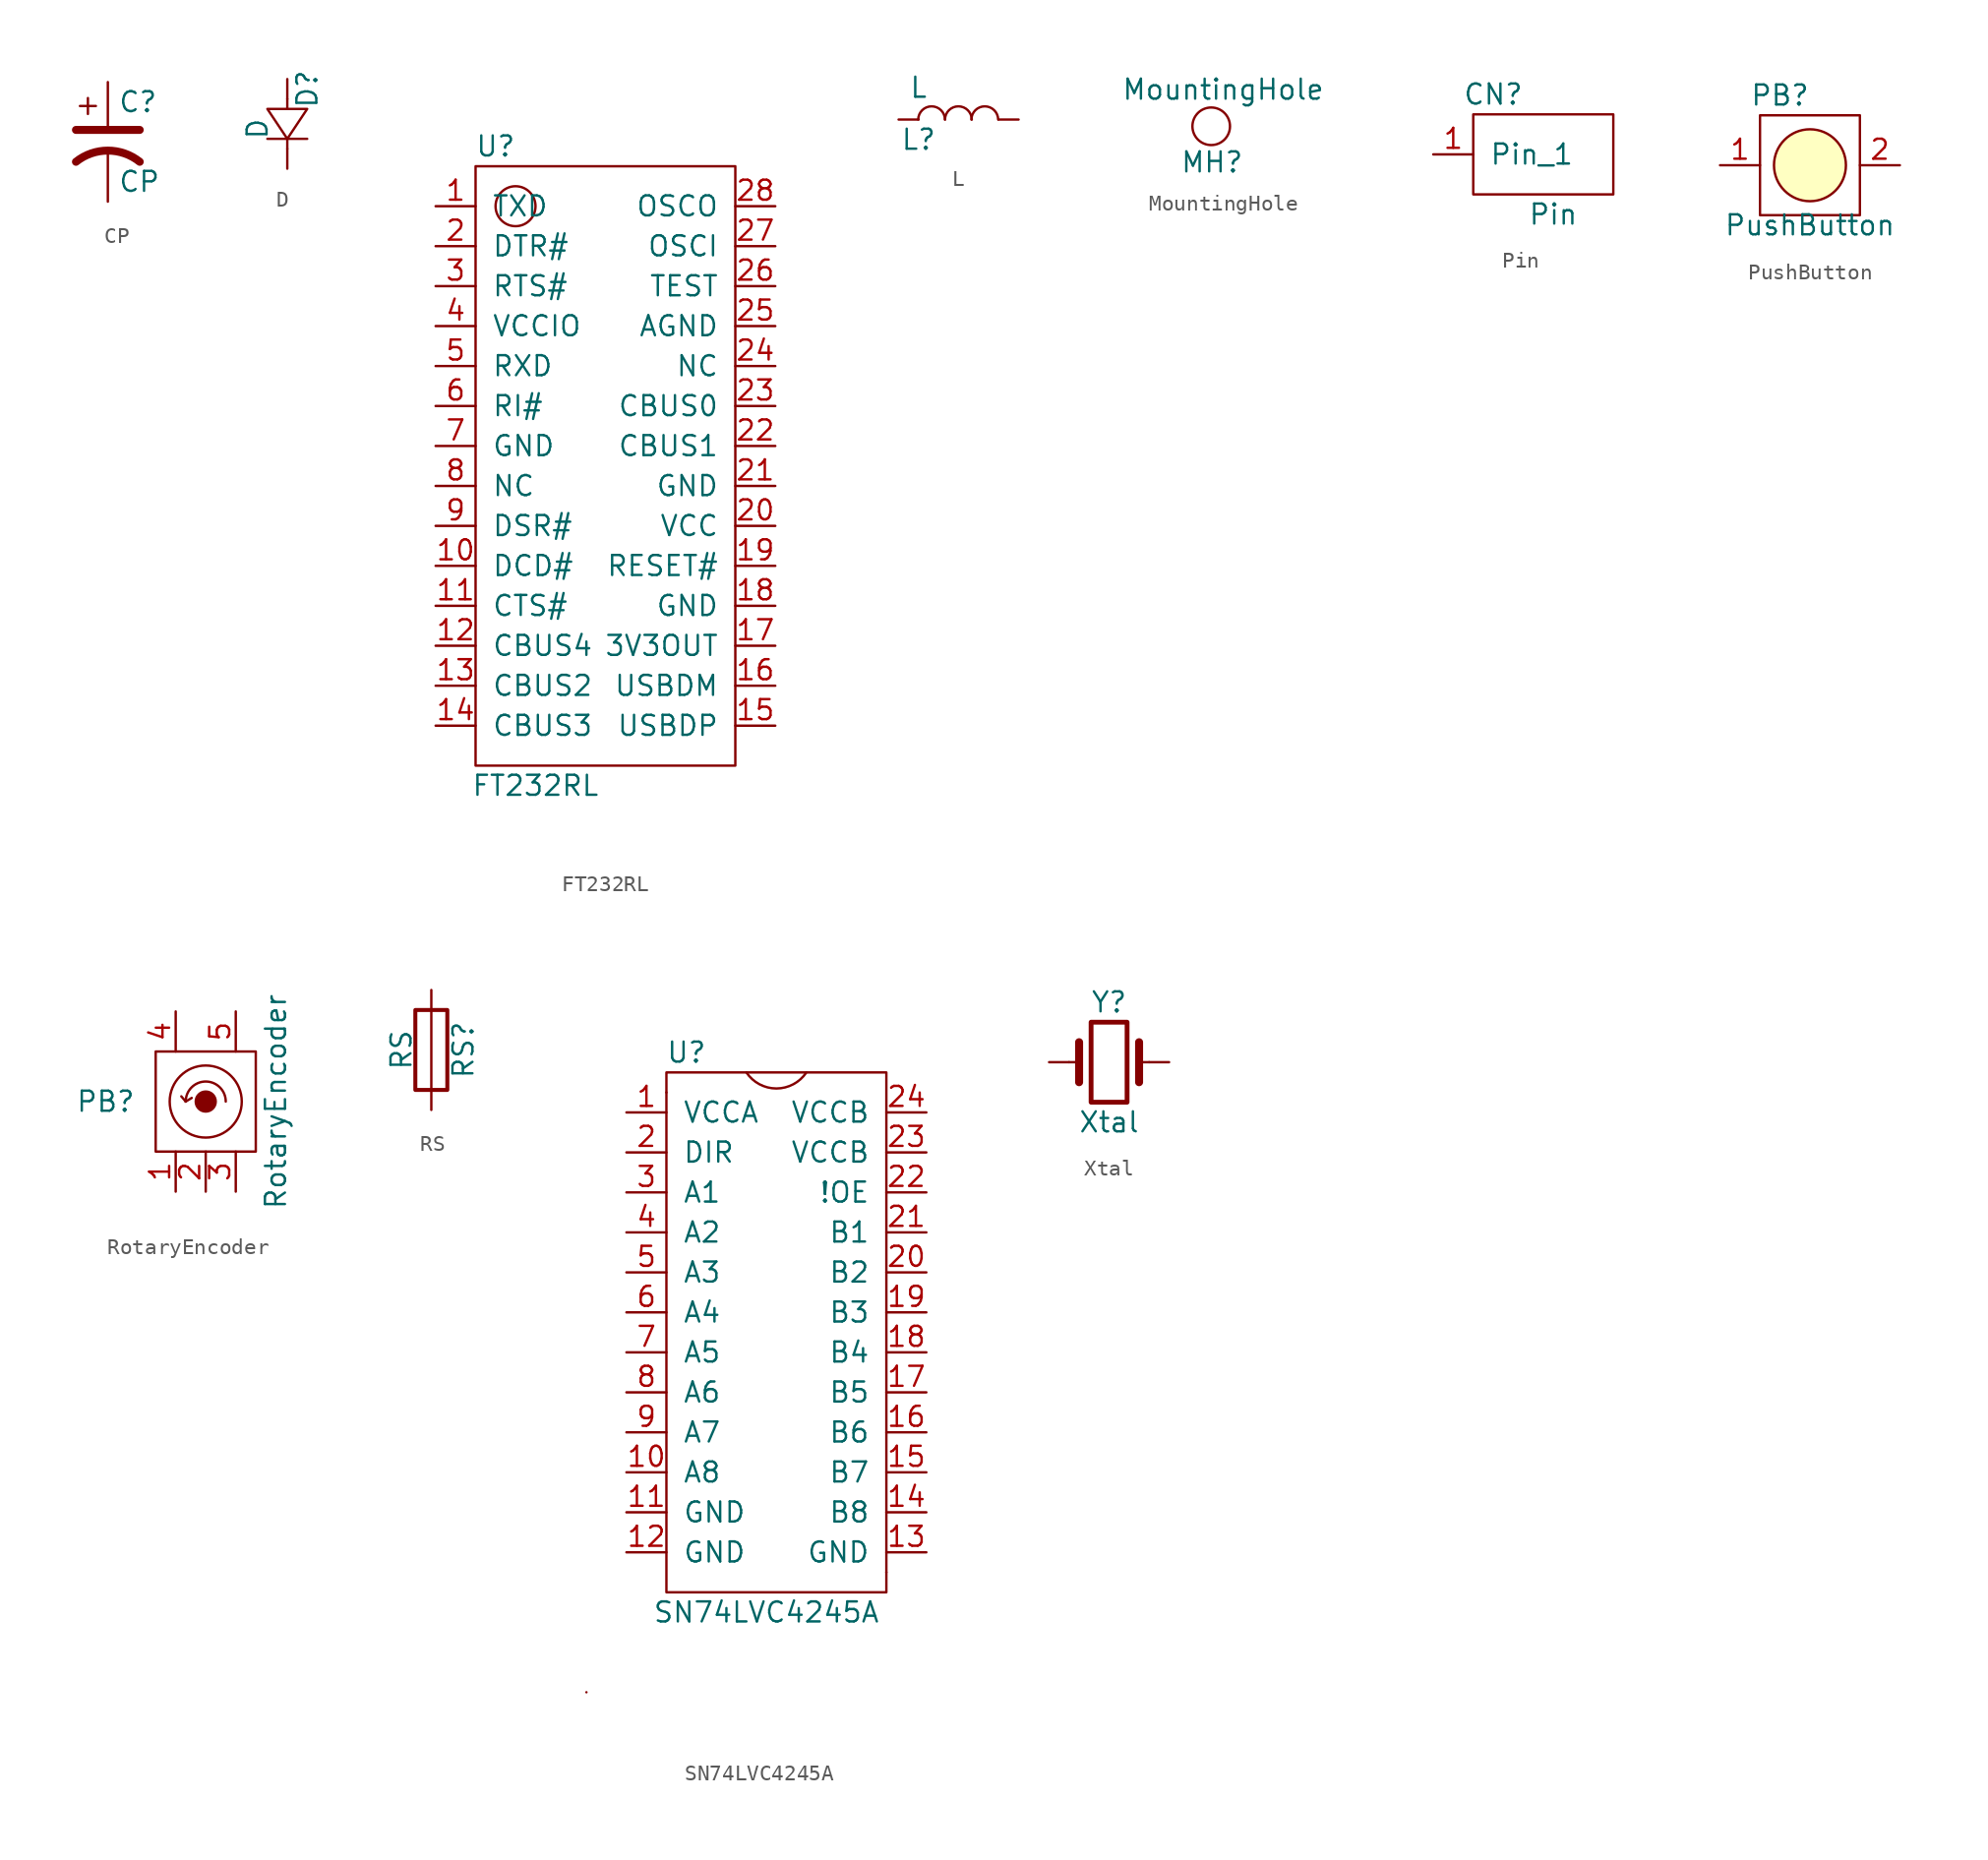
<source format=kicad_sym>
(kicad_symbol_lib
  (version 20211014)
  (generator kicad_symbol_editor)
  (symbol "CP"
    (pin_numbers hide)
    (pin_names
      (offset 0.254) hide)
    (property "Reference" "C"
      (at 0.635 2.54 0)
      (effects (font (size 1.27 1.27)) (justify left)))
    (property "Value" "CP"
      (at 0.635 -2.54 0)
      (effects (font (size 1.27 1.27)) (justify left)))
    (symbol "CP_0_1"
      (polyline (pts (xy -2.032 0.762) (xy 2.032 0.762)) (stroke (width 0.508) (type default) (color 0 0 0 0)) (fill (type none)))
      (polyline (pts (xy -1.778 2.286) (xy -0.762 2.286)) (stroke (width 0) (type default) (color 0 0 0 0)) (fill (type none)))
      (polyline (pts (xy -1.27 1.778) (xy -1.27 2.794)) (stroke (width 0) (type default) (color 0 0 0 0)) (fill (type none)))
      (arc (start 2.032 -1.27) (mid 0 -0.5572) (end -2.032 -1.27) (stroke (width 0.508) (type default) (color 0 0 0 0)) (fill (type none))))
    (symbol "CP_1_1"
      (pin passive line (at 0 3.81 270) (length 2.794) (name "~" (effects (font (size 1.27 1.27)))) (number "1" (effects (font (size 1.27 1.27)))))
      (pin passive line (at 0 -3.81 90) (length 3.302) (name "~" (effects (font (size 1.27 1.27)))) (number "2" (effects (font (size 1.27 1.27)))))))
  (symbol "D"
    (pin_numbers hide)
    (pin_names
      (offset 0))
    (property "Reference" "D"
      (at 1.27 3.81 90)
      (effects (font (size 1.27 1.27))))
    (property "Value" "D"
      (at -1.905 1.27 90)
      (effects (font (size 1.27 1.27))))
    (symbol "D_0_1"
      (polyline (pts (xy -1.27 0.635) (xy 1.27 0.635)) (stroke (width 0) (type default) (color 0 0 0 0)) (fill (type none)))
      (polyline (pts (xy 0 0) (xy 0 0.635)) (stroke (width 0) (type default) (color 0 0 0 0)) (fill (type none)))
      (polyline (pts (xy 0 3.175) (xy 0 2.54)) (stroke (width 0) (type default) (color 0 0 0 0)) (fill (type none)))
      (polyline (pts (xy 1.27 2.54) (xy -1.27 2.54) (xy 0 0.635) (xy 1.27 2.54)) (stroke (width 0) (type default) (color 0 0 0 0)) (fill (type none))))
    (symbol "D_1_1"
      (pin bidirectional line (at 0 4.445 270) (length 1.27) (name "~" (effects (font (size 1.27 1.27)))) (number "1" (effects (font (size 1.27 1.27)))))
      (pin bidirectional line (at 0 -1.27 90) (length 1.27) (name "~" (effects (font (size 1.27 1.27)))) (number "2" (effects (font (size 1.27 1.27)))))))
  (symbol "FT232RL"
    (pin_names
      (offset 1.016))
    (property "Reference" "U"
      (at -1.27 6.35 0)
      (effects (font (size 1.27 1.27))))
    (property "Value" "FT232RL"
      (at 1.27 -34.29 0)
      (effects (font (size 1.27 1.27))))
    (symbol "FT232RL_0_1"
      (rectangle (start -2.54 5.08) (end 13.97 -33.02) (stroke (width 0) (type default) (color 0 0 0 0)) (fill (type none)))
      (circle (center 0 2.54) (radius 1.27) (stroke (width 0) (type default) (color 0 0 0 0)) (fill (type none))))
    (symbol "FT232RL_1_1"
      (pin bidirectional line (at -5.08 2.54 0) (length 2.54) (name "TXD" (effects (font (size 1.27 1.27)))) (number "1" (effects (font (size 1.27 1.27)))))
      (pin bidirectional line (at -5.08 -20.32 0) (length 2.54) (name "DCD#" (effects (font (size 1.27 1.27)))) (number "10" (effects (font (size 1.27 1.27)))))
      (pin bidirectional line (at -5.08 -22.86 0) (length 2.54) (name "CTS#" (effects (font (size 1.27 1.27)))) (number "11" (effects (font (size 1.27 1.27)))))
      (pin bidirectional line (at -5.08 -25.4 0) (length 2.54) (name "CBUS4" (effects (font (size 1.27 1.27)))) (number "12" (effects (font (size 1.27 1.27)))))
      (pin bidirectional line (at -5.08 -27.94 0) (length 2.54) (name "CBUS2" (effects (font (size 1.27 1.27)))) (number "13" (effects (font (size 1.27 1.27)))))
      (pin bidirectional line (at -5.08 -30.48 0) (length 2.54) (name "CBUS3" (effects (font (size 1.27 1.27)))) (number "14" (effects (font (size 1.27 1.27)))))
      (pin bidirectional line (at 16.51 -30.48 180) (length 2.54) (name "USBDP" (effects (font (size 1.27 1.27)))) (number "15" (effects (font (size 1.27 1.27)))))
      (pin bidirectional line (at 16.51 -27.94 180) (length 2.54) (name "USBDM" (effects (font (size 1.27 1.27)))) (number "16" (effects (font (size 1.27 1.27)))))
      (pin bidirectional line (at 16.51 -25.4 180) (length 2.54) (name "3V3OUT" (effects (font (size 1.27 1.27)))) (number "17" (effects (font (size 1.27 1.27)))))
      (pin bidirectional line (at 16.51 -22.86 180) (length 2.54) (name "GND" (effects (font (size 1.27 1.27)))) (number "18" (effects (font (size 1.27 1.27)))))
      (pin bidirectional line (at 16.51 -20.32 180) (length 2.54) (name "RESET#" (effects (font (size 1.27 1.27)))) (number "19" (effects (font (size 1.27 1.27)))))
      (pin bidirectional line (at -5.08 0 0) (length 2.54) (name "DTR#" (effects (font (size 1.27 1.27)))) (number "2" (effects (font (size 1.27 1.27)))))
      (pin bidirectional line (at 16.51 -17.78 180) (length 2.54) (name "VCC" (effects (font (size 1.27 1.27)))) (number "20" (effects (font (size 1.27 1.27)))))
      (pin bidirectional line (at 16.51 -15.24 180) (length 2.54) (name "GND" (effects (font (size 1.27 1.27)))) (number "21" (effects (font (size 1.27 1.27)))))
      (pin bidirectional line (at 16.51 -12.7 180) (length 2.54) (name "CBUS1" (effects (font (size 1.27 1.27)))) (number "22" (effects (font (size 1.27 1.27)))))
      (pin bidirectional line (at 16.51 -10.16 180) (length 2.54) (name "CBUS0" (effects (font (size 1.27 1.27)))) (number "23" (effects (font (size 1.27 1.27)))))
      (pin bidirectional line (at 16.51 -7.62 180) (length 2.54) (name "NC" (effects (font (size 1.27 1.27)))) (number "24" (effects (font (size 1.27 1.27)))))
      (pin bidirectional line (at 16.51 -5.08 180) (length 2.54) (name "AGND" (effects (font (size 1.27 1.27)))) (number "25" (effects (font (size 1.27 1.27)))))
      (pin bidirectional line (at 16.51 -2.54 180) (length 2.54) (name "TEST" (effects (font (size 1.27 1.27)))) (number "26" (effects (font (size 1.27 1.27)))))
      (pin bidirectional line (at 16.51 0 180) (length 2.54) (name "OSCI" (effects (font (size 1.27 1.27)))) (number "27" (effects (font (size 1.27 1.27)))))
      (pin bidirectional line (at 16.51 2.54 180) (length 2.54) (name "OSCO" (effects (font (size 1.27 1.27)))) (number "28" (effects (font (size 1.27 1.27)))))
      (pin bidirectional line (at -5.08 -2.54 0) (length 2.54) (name "RTS#" (effects (font (size 1.27 1.27)))) (number "3" (effects (font (size 1.27 1.27)))))
      (pin bidirectional line (at -5.08 -5.08 0) (length 2.54) (name "VCCIO" (effects (font (size 1.27 1.27)))) (number "4" (effects (font (size 1.27 1.27)))))
      (pin bidirectional line (at -5.08 -7.62 0) (length 2.54) (name "RXD" (effects (font (size 1.27 1.27)))) (number "5" (effects (font (size 1.27 1.27)))))
      (pin bidirectional line (at -5.08 -10.16 0) (length 2.54) (name "RI#" (effects (font (size 1.27 1.27)))) (number "6" (effects (font (size 1.27 1.27)))))
      (pin bidirectional line (at -5.08 -12.7 0) (length 2.54) (name "GND" (effects (font (size 1.27 1.27)))) (number "7" (effects (font (size 1.27 1.27)))))
      (pin bidirectional line (at -5.08 -15.24 0) (length 2.54) (name "NC" (effects (font (size 1.27 1.27)))) (number "8" (effects (font (size 1.27 1.27)))))
      (pin bidirectional line (at -5.08 -17.78 0) (length 2.54) (name "DSR#" (effects (font (size 1.27 1.27)))) (number "9" (effects (font (size 1.27 1.27)))))))
  (symbol "L"
    (pin_numbers hide)
    (pin_names
      (offset 0))
    (property "Reference" "L"
      (at -2.54 -1.27 0)
      (effects (font (size 1.27 1.27))))
    (property "Value" "L"
      (at -2.54 2.032 0)
      (effects (font (size 1.27 1.27))))
    (symbol "L_0_1"
      (arc (start 2.5146 0) (mid 1.6764 0.8382) (end 0.8128 0) (stroke (width 0) (type default) (color 0 0 0 0)) (fill (type none))))
    (symbol "L_1_1"
      (arc (start -0.8636 0) (mid -1.7018 0.8382) (end -2.5654 0) (stroke (width 0) (type default) (color 0 0 0 0)) (fill (type none)))
      (arc (start 0.8382 0) (mid 0 0.8382) (end -0.8636 0) (stroke (width 0) (type default) (color 0 0 0 0)) (fill (type none)))
      (pin bidirectional line (at 3.81 0 180) (length 1.27) (name "~" (effects (font (size 1.27 1.27)))) (number "1" (effects (font (size 1.27 1.27)))))
      (pin bidirectional line (at -3.81 0 0) (length 1.27) (name "~" (effects (font (size 1.27 1.27)))) (number "2" (effects (font (size 1.27 1.27)))))))
  (symbol "MountingHole"
    (pin_names
      (offset 1.016))
    (property "Reference" "MH"
      (at 0.051 -2.286 0)
      (effects (font (size 1.27 1.27))))
    (property "Value" "MountingHole"
      (at 0.762 2.337 0)
      (effects (font (size 1.27 1.27))))
    (symbol "MountingHole_0_1"
      (circle (center 0 0) (radius 1.194) (stroke (width 0) (type default) (color 0 0 0 0)) (fill (type none)))))
  (symbol "Pin"
    (pin_names
      (offset 1.016))
    (property "Reference" "CN"
      (at 0 16.51 0)
      (effects (font (size 1.27 1.27))))
    (property "Value" "Pin"
      (at 3.81 8.89 0)
      (effects (font (size 1.27 1.27))))
    (symbol "Pin_0_1"
      (rectangle (start -1.27 15.24) (end 7.62 10.16) (stroke (width 0) (type default) (color 0 0 0 0)) (fill (type none))))
    (symbol "Pin_1_1"
      (pin passive line (at -3.81 12.7 0) (length 2.54) (name "Pin_1" (effects (font (size 1.27 1.27)))) (number "1" (effects (font (size 1.27 1.27)))))))
  (symbol "PushButton"
    (pin_names
      (offset 1.016))
    (property "Reference" "PB"
      (at -1.905 4.445 0)
      (effects (font (size 1.27 1.27))))
    (property "Value" "PushButton"
      (at 0 -3.81 0)
      (effects (font (size 1.27 1.27))))
    (symbol "PushButton_0_1"
      (rectangle (start -3.175 3.175) (end 3.175 -3.175) (stroke (width 0) (type default) (color 0 0 0 0)) (fill (type none)))
      (circle (center 0 0) (radius 2.286) (stroke (width 0) (type default) (color 0 0 0 0)) (fill (type background))))
    (symbol "PushButton_1_1"
      (pin bidirectional line (at -5.715 0 0) (length 2.54) (name "~" (effects (font (size 1.27 1.27)))) (number "1" (effects (font (size 1.27 1.27)))))
      (pin bidirectional line (at 5.715 0 180) (length 2.54) (name "~" (effects (font (size 1.27 1.27)))) (number "2" (effects (font (size 1.27 1.27)))))))
  (symbol "RotaryEncoder"
    (pin_names
      (offset 1.016))
    (property "Reference" "PB"
      (at -6.35 0 0)
      (effects (font (size 1.27 1.27))))
    (property "Value" "RotaryEncoder"
      (at 4.445 0 90)
      (effects (font (size 1.27 1.27))))
    (symbol "RotaryEncoder_0_1"
      (rectangle (start -3.175 3.175) (end 3.175 -3.175) (stroke (width 0) (type default) (color 0 0 0 0)) (fill (type none)))
      (polyline (pts (xy -1.27 0) (xy -1.549 0.33)) (stroke (width 0) (type default) (color 0 0 0 0)) (fill (type none)))
      (polyline (pts (xy -1.27 0) (xy -0.889 0.229)) (stroke (width 0) (type default) (color 0 0 0 0)) (fill (type none)))
      (circle (center 0 0) (radius 0.635) (stroke (width 0) (type default) (color 0 0 0 0)) (fill (type outline)))
      (circle (center 0 0) (radius 2.286) (stroke (width 0) (type default) (color 0 0 0 0)) (fill (type none)))
      (arc (start 1.27 0) (mid 0 1.27) (end -1.27 0) (stroke (width 0) (type default) (color 0 0 0 0)) (fill (type none))))
    (symbol "RotaryEncoder_1_1"
      (pin bidirectional line (at -1.905 -5.715 90) (length 2.54) (name "~" (effects (font (size 1.27 1.27)))) (number "1" (effects (font (size 1.27 1.27)))))
      (pin bidirectional line (at 0 -5.715 90) (length 2.54) (name "~" (effects (font (size 1.27 1.27)))) (number "2" (effects (font (size 1.27 1.27)))))
      (pin bidirectional line (at 1.905 -5.715 90) (length 2.54) (name "~" (effects (font (size 1.27 1.27)))) (number "3" (effects (font (size 1.27 1.27)))))
      (pin bidirectional line (at -1.905 5.715 270) (length 2.54) (name "~" (effects (font (size 1.27 1.27)))) (number "4" (effects (font (size 1.27 1.27)))))
      (pin bidirectional line (at 1.905 5.715 270) (length 2.54) (name "~" (effects (font (size 1.27 1.27)))) (number "5" (effects (font (size 1.27 1.27)))))))
  (symbol "RS"
    (pin_numbers hide)
    (pin_names
      (offset 0))
    (property "Reference" "RS"
      (at 2.032 0 90)
      (effects (font (size 1.27 1.27))))
    (property "Value" "RS"
      (at -1.905 0 90)
      (effects (font (size 1.27 1.27))))
    (symbol "RS_0_1"
      (rectangle (start -1.016 -2.54) (end 1.016 2.54) (stroke (width 0.254) (type default) (color 0 0 0 0)) (fill (type none)))
      (polyline (pts (xy 0 2.54) (xy 0 -2.54)) (stroke (width 0) (type default) (color 0 0 0 0)) (fill (type none))))
    (symbol "RS_1_1"
      (pin passive line (at 0 3.81 270) (length 1.27) (name "~" (effects (font (size 1.27 1.27)))) (number "1" (effects (font (size 1.27 1.27)))))
      (pin passive line (at 0 -3.81 90) (length 1.27) (name "~" (effects (font (size 1.27 1.27)))) (number "2" (effects (font (size 1.27 1.27)))))))
  (symbol "SN74LVC4245A"
    (pin_names
      (offset 1.016))
    (property "Reference" "U"
      (at -7.62 16.51 0)
      (effects (font (size 1.27 1.27))))
    (property "Value" "SN74LVC4245A"
      (at -2.54 -19.05 0)
      (effects (font (size 1.27 1.27))))
    (symbol "SN74LVC4245A_0_1"
      (rectangle (start -13.97 -24.13) (end -13.97 -24.13) (stroke (width 0) (type default) (color 0 0 0 0)) (fill (type none)))
      (rectangle (start -8.89 13.97) (end -8.89 13.97) (stroke (width 0) (type default) (color 0 0 0 0)) (fill (type none)))
      (rectangle (start -8.89 15.24) (end 5.08 -17.78) (stroke (width 0) (type default) (color 0 0 0 0)) (fill (type none)))
      (arc (start -3.81 15.24) (mid -1.905 14.2205) (end 0 15.24) (stroke (width 0) (type default) (color 0 0 0 0)) (fill (type none)))
      (rectangle (start 5.08 -16.51) (end 5.08 -16.51) (stroke (width 0) (type default) (color 0 0 0 0)) (fill (type none))))
    (symbol "SN74LVC4245A_1_1"
      (pin bidirectional line (at -11.43 12.7 0) (length 2.54) (name "VCCA" (effects (font (size 1.27 1.27)))) (number "1" (effects (font (size 1.27 1.27)))))
      (pin bidirectional line (at -11.43 -10.16 0) (length 2.54) (name "A8" (effects (font (size 1.27 1.27)))) (number "10" (effects (font (size 1.27 1.27)))))
      (pin bidirectional line (at -11.43 -12.7 0) (length 2.54) (name "GND" (effects (font (size 1.27 1.27)))) (number "11" (effects (font (size 1.27 1.27)))))
      (pin bidirectional line (at -11.43 -15.24 0) (length 2.54) (name "GND" (effects (font (size 1.27 1.27)))) (number "12" (effects (font (size 1.27 1.27)))))
      (pin bidirectional line (at 7.62 -15.24 180) (length 2.54) (name "GND" (effects (font (size 1.27 1.27)))) (number "13" (effects (font (size 1.27 1.27)))))
      (pin bidirectional line (at 7.62 -12.7 180) (length 2.54) (name "B8" (effects (font (size 1.27 1.27)))) (number "14" (effects (font (size 1.27 1.27)))))
      (pin bidirectional line (at 7.62 -10.16 180) (length 2.54) (name "B7" (effects (font (size 1.27 1.27)))) (number "15" (effects (font (size 1.27 1.27)))))
      (pin bidirectional line (at 7.62 -7.62 180) (length 2.54) (name "B6" (effects (font (size 1.27 1.27)))) (number "16" (effects (font (size 1.27 1.27)))))
      (pin bidirectional line (at 7.62 -5.08 180) (length 2.54) (name "B5" (effects (font (size 1.27 1.27)))) (number "17" (effects (font (size 1.27 1.27)))))
      (pin bidirectional line (at 7.62 -2.54 180) (length 2.54) (name "B4" (effects (font (size 1.27 1.27)))) (number "18" (effects (font (size 1.27 1.27)))))
      (pin bidirectional line (at 7.62 0 180) (length 2.54) (name "B3" (effects (font (size 1.27 1.27)))) (number "19" (effects (font (size 1.27 1.27)))))
      (pin bidirectional line (at -11.43 10.16 0) (length 2.54) (name "DIR" (effects (font (size 1.27 1.27)))) (number "2" (effects (font (size 1.27 1.27)))))
      (pin bidirectional line (at 7.62 2.54 180) (length 2.54) (name "B2" (effects (font (size 1.27 1.27)))) (number "20" (effects (font (size 1.27 1.27)))))
      (pin bidirectional line (at 7.62 5.08 180) (length 2.54) (name "B1" (effects (font (size 1.27 1.27)))) (number "21" (effects (font (size 1.27 1.27)))))
      (pin bidirectional line (at 7.62 7.62 180) (length 2.54) (name "!OE" (effects (font (size 1.27 1.27)))) (number "22" (effects (font (size 1.27 1.27)))))
      (pin bidirectional line (at 7.62 10.16 180) (length 2.54) (name "VCCB" (effects (font (size 1.27 1.27)))) (number "23" (effects (font (size 1.27 1.27)))))
      (pin bidirectional line (at 7.62 12.7 180) (length 2.54) (name "VCCB" (effects (font (size 1.27 1.27)))) (number "24" (effects (font (size 1.27 1.27)))))
      (pin bidirectional line (at -11.43 7.62 0) (length 2.54) (name "A1" (effects (font (size 1.27 1.27)))) (number "3" (effects (font (size 1.27 1.27)))))
      (pin bidirectional line (at -11.43 5.08 0) (length 2.54) (name "A2" (effects (font (size 1.27 1.27)))) (number "4" (effects (font (size 1.27 1.27)))))
      (pin bidirectional line (at -11.43 2.54 0) (length 2.54) (name "A3" (effects (font (size 1.27 1.27)))) (number "5" (effects (font (size 1.27 1.27)))))
      (pin bidirectional line (at -11.43 0 0) (length 2.54) (name "A4" (effects (font (size 1.27 1.27)))) (number "6" (effects (font (size 1.27 1.27)))))
      (pin bidirectional line (at -11.43 -2.54 0) (length 2.54) (name "A5" (effects (font (size 1.27 1.27)))) (number "7" (effects (font (size 1.27 1.27)))))
      (pin bidirectional line (at -11.43 -5.08 0) (length 2.54) (name "A6" (effects (font (size 1.27 1.27)))) (number "8" (effects (font (size 1.27 1.27)))))
      (pin bidirectional line (at -11.43 -7.62 0) (length 2.54) (name "A7" (effects (font (size 1.27 1.27)))) (number "9" (effects (font (size 1.27 1.27)))))))
  (symbol "Xtal"
    (pin_numbers hide)
    (pin_names
      (offset 1.016) hide)
    (property "Reference" "Y"
      (at 0 3.81 0)
      (effects (font (size 1.27 1.27))))
    (property "Value" "Xtal"
      (at 0 -3.81 0)
      (effects (font (size 1.27 1.27))))
    (symbol "Xtal_0_1"
      (rectangle (start -1.143 2.54) (end 1.143 -2.54) (stroke (width 0.305) (type default) (color 0 0 0 0)) (fill (type none)))
      (polyline (pts (xy -2.54 0) (xy -1.905 0)) (stroke (width 0) (type default) (color 0 0 0 0)) (fill (type none)))
      (polyline (pts (xy -1.905 -1.27) (xy -1.905 1.27)) (stroke (width 0.508) (type default) (color 0 0 0 0)) (fill (type none)))
      (polyline (pts (xy 1.905 -1.27) (xy 1.905 1.27)) (stroke (width 0.508) (type default) (color 0 0 0 0)) (fill (type none)))
      (polyline (pts (xy 2.54 0) (xy 1.905 0)) (stroke (width 0) (type default) (color 0 0 0 0)) (fill (type none))))
    (symbol "Xtal_1_1"
      (pin bidirectional line (at -3.81 0 0) (length 1.27) (name "1" (effects (font (size 1.27 1.27)))) (number "1" (effects (font (size 1.27 1.27)))))
      (pin bidirectional line (at 3.81 0 180) (length 1.27) (name "2" (effects (font (size 1.27 1.27)))) (number "2" (effects (font (size 1.27 1.27))))))))
</source>
